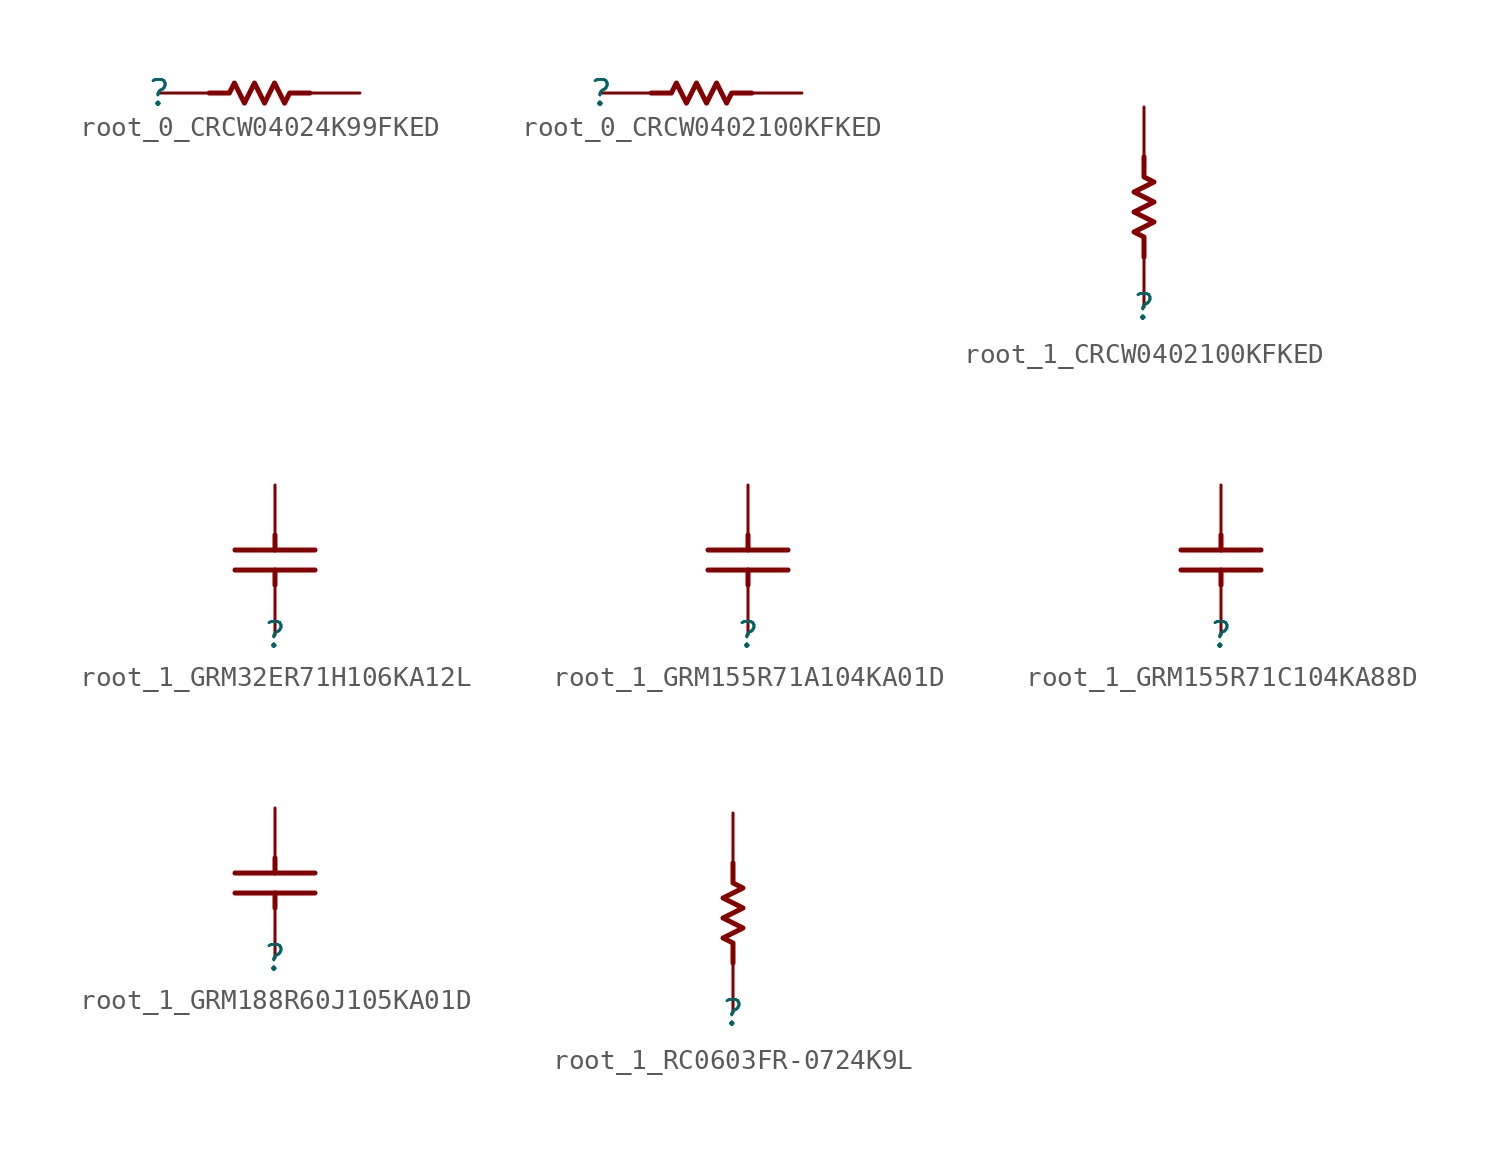
<source format=kicad_sym>
(kicad_symbol_lib
  (version 20231120)
  (generator "kicad_symbol_editor")
  (generator_version "8.0")
  (symbol "root_0_CRCW04024K99FKED"
    (property "Reference" ""
      (at 0 0 0)
      (effects (font (size 1.27 1.27))))
    (property "Value" ""
      (at 0 0 0)
      (effects (font (size 1.27 1.27))))
    (symbol "root_0_CRCW04024K99FKED_1_0"
      (polyline (pts (xy 7.62 0) (xy 6.604 0) (xy 6.35 -0.508) (xy 5.842 0.508) (xy 5.334 -0.508) (xy 4.826 0.508) (xy 4.318 -0.508) (xy 3.81 0.508) (xy 3.556 0) (xy 2.54 0)) (stroke (width 0.254) (type solid)) (fill (type none)))
      (pin passive line (at 0 0 0) (length 2.54) (name "1" (effects (font (size 0 0)))) (number "1" (effects (font (size 0 0)))))
      (pin passive line (at 10.16 0 180) (length 2.54) (name "2" (effects (font (size 0 0)))) (number "2" (effects (font (size 0 0)))))))
  (symbol "root_0_CRCW0402100KFKED"
    (property "Reference" ""
      (at 0 0 0)
      (effects (font (size 1.27 1.27))))
    (property "Value" ""
      (at 0 0 0)
      (effects (font (size 1.27 1.27))))
    (symbol "root_0_CRCW0402100KFKED_1_0"
      (polyline (pts (xy 7.62 0) (xy 6.604 0) (xy 6.35 -0.508) (xy 5.842 0.508) (xy 5.334 -0.508) (xy 4.826 0.508) (xy 4.318 -0.508) (xy 3.81 0.508) (xy 3.556 0) (xy 2.54 0)) (stroke (width 0.254) (type solid)) (fill (type none)))
      (pin passive line (at 0 0 0) (length 2.54) (name "1" (effects (font (size 0 0)))) (number "1" (effects (font (size 0 0)))))
      (pin passive line (at 10.16 0 180) (length 2.54) (name "2" (effects (font (size 0 0)))) (number "2" (effects (font (size 0 0)))))))
  (symbol "root_1_CRCW0402100KFKED"
    (property "Reference" ""
      (at 0 0 0)
      (effects (font (size 1.27 1.27))))
    (property "Value" ""
      (at 0 0 0)
      (effects (font (size 1.27 1.27))))
    (symbol "root_1_CRCW0402100KFKED_1_0"
      (polyline (pts (xy 0 7.62) (xy 0 6.604) (xy 0.508 6.35) (xy -0.508 5.842) (xy 0.508 5.334) (xy -0.508 4.826) (xy 0.508 4.318) (xy -0.508 3.81) (xy 0 3.556) (xy 0 2.54)) (stroke (width 0.254) (type solid)) (fill (type none)))
      (pin passive line (at 0 0 90) (length 2.54) (name "1" (effects (font (size 0 0)))) (number "1" (effects (font (size 0 0)))))
      (pin passive line (at 0 10.16 270) (length 2.54) (name "2" (effects (font (size 0 0)))) (number "2" (effects (font (size 0 0)))))))
  (symbol "root_1_GRM32ER71H106KA12L"
    (property "Reference" ""
      (at 0 0 0)
      (effects (font (size 1.27 1.27))))
    (property "Value" ""
      (at 0 0 0)
      (effects (font (size 1.27 1.27))))
    (symbol "root_1_GRM32ER71H106KA12L_1_0"
      (polyline (pts (xy -2.032 4.318) (xy 2.032 4.318)) (stroke (width 0.254) (type solid)) (fill (type none)))
      (polyline (pts (xy 0 2.54) (xy 0 3.302)) (stroke (width 0.254) (type solid)) (fill (type none)))
      (polyline (pts (xy 0 5.08) (xy 0 4.318)) (stroke (width 0.254) (type solid)) (fill (type none)))
      (polyline (pts (xy 2.032 3.302) (xy -2.032 3.302)) (stroke (width 0.254) (type solid)) (fill (type none)))
      (pin passive line (at 0 0 90) (length 2.54) (name "1" (effects (font (size 0 0)))) (number "1" (effects (font (size 0 0)))))
      (pin passive line (at 0 7.62 270) (length 2.54) (name "2" (effects (font (size 0 0)))) (number "2" (effects (font (size 0 0)))))))
  (symbol "root_1_GRM155R71A104KA01D"
    (property "Reference" ""
      (at 0 0 0)
      (effects (font (size 1.27 1.27))))
    (property "Value" ""
      (at 0 0 0)
      (effects (font (size 1.27 1.27))))
    (symbol "root_1_GRM155R71A104KA01D_1_0"
      (polyline (pts (xy -2.032 4.318) (xy 2.032 4.318)) (stroke (width 0.254) (type solid)) (fill (type none)))
      (polyline (pts (xy 0 2.54) (xy 0 3.302)) (stroke (width 0.254) (type solid)) (fill (type none)))
      (polyline (pts (xy 0 5.08) (xy 0 4.318)) (stroke (width 0.254) (type solid)) (fill (type none)))
      (polyline (pts (xy 2.032 3.302) (xy -2.032 3.302)) (stroke (width 0.254) (type solid)) (fill (type none)))
      (pin passive line (at 0 0 90) (length 2.54) (name "1" (effects (font (size 0 0)))) (number "1" (effects (font (size 0 0)))))
      (pin passive line (at 0 7.62 270) (length 2.54) (name "2" (effects (font (size 0 0)))) (number "2" (effects (font (size 0 0)))))))
  (symbol "root_1_GRM155R71C104KA88D"
    (property "Reference" ""
      (at 0 0 0)
      (effects (font (size 1.27 1.27))))
    (property "Value" ""
      (at 0 0 0)
      (effects (font (size 1.27 1.27))))
    (symbol "root_1_GRM155R71C104KA88D_1_0"
      (polyline (pts (xy -2.032 4.318) (xy 2.032 4.318)) (stroke (width 0.254) (type solid)) (fill (type none)))
      (polyline (pts (xy 0 2.54) (xy 0 3.302)) (stroke (width 0.254) (type solid)) (fill (type none)))
      (polyline (pts (xy 0 5.08) (xy 0 4.318)) (stroke (width 0.254) (type solid)) (fill (type none)))
      (polyline (pts (xy 2.032 3.302) (xy -2.032 3.302)) (stroke (width 0.254) (type solid)) (fill (type none)))
      (pin passive line (at 0 0 90) (length 2.54) (name "1" (effects (font (size 0 0)))) (number "1" (effects (font (size 0 0)))))
      (pin passive line (at 0 7.62 270) (length 2.54) (name "2" (effects (font (size 0 0)))) (number "2" (effects (font (size 0 0)))))))
  (symbol "root_1_GRM188R60J105KA01D"
    (property "Reference" ""
      (at 0 0 0)
      (effects (font (size 1.27 1.27))))
    (property "Value" ""
      (at 0 0 0)
      (effects (font (size 1.27 1.27))))
    (symbol "root_1_GRM188R60J105KA01D_1_0"
      (polyline (pts (xy -2.032 4.318) (xy 2.032 4.318)) (stroke (width 0.254) (type solid)) (fill (type none)))
      (polyline (pts (xy 0 2.54) (xy 0 3.302)) (stroke (width 0.254) (type solid)) (fill (type none)))
      (polyline (pts (xy 0 5.08) (xy 0 4.318)) (stroke (width 0.254) (type solid)) (fill (type none)))
      (polyline (pts (xy 2.032 3.302) (xy -2.032 3.302)) (stroke (width 0.254) (type solid)) (fill (type none)))
      (pin passive line (at 0 0 90) (length 2.54) (name "1" (effects (font (size 0 0)))) (number "1" (effects (font (size 0 0)))))
      (pin passive line (at 0 7.62 270) (length 2.54) (name "2" (effects (font (size 0 0)))) (number "2" (effects (font (size 0 0)))))))
  (symbol "root_1_RC0603FR-0724K9L"
    (property "Reference" ""
      (at 0 0 0)
      (effects (font (size 1.27 1.27))))
    (property "Value" ""
      (at 0 0 0)
      (effects (font (size 1.27 1.27))))
    (symbol "root_1_RC0603FR-0724K9L_1_0"
      (polyline (pts (xy 0 7.62) (xy 0 6.604) (xy 0.508 6.35) (xy -0.508 5.842) (xy 0.508 5.334) (xy -0.508 4.826) (xy 0.508 4.318) (xy -0.508 3.81) (xy 0 3.556) (xy 0 2.54)) (stroke (width 0.254) (type solid)) (fill (type none)))
      (pin passive line (at 0 0 90) (length 2.54) (name "1" (effects (font (size 0 0)))) (number "1" (effects (font (size 0 0)))))
      (pin passive line (at 0 10.16 270) (length 2.54) (name "2" (effects (font (size 0 0)))) (number "2" (effects (font (size 0 0))))))))
</source>
